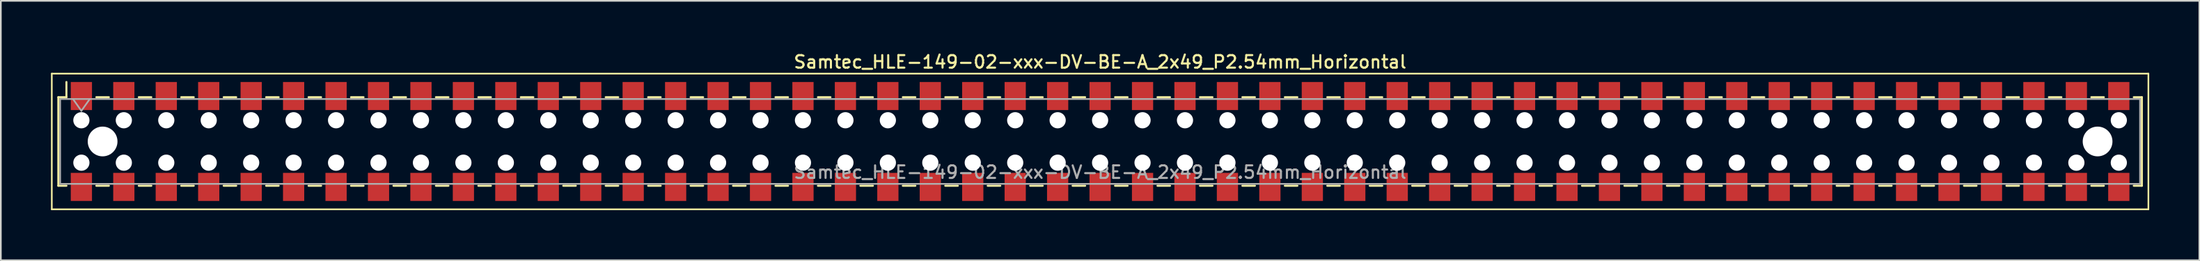
<source format=kicad_pcb>
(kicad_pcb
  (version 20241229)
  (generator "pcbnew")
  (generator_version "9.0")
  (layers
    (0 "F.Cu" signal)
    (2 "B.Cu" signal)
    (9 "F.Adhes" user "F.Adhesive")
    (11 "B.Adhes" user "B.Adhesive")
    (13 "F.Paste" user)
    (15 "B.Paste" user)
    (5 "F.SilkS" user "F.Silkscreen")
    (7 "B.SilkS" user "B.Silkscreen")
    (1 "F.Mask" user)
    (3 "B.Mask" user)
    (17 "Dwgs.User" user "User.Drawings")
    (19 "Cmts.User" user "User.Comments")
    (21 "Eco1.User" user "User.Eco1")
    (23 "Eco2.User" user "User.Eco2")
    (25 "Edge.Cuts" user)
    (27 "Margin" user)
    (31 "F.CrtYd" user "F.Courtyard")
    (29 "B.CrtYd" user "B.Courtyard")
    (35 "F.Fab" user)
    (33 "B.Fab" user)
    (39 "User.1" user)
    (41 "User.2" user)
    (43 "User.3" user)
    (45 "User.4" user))
  (footprint "Samtec_HLE-149-02-xxx-DV-BE-A_2x49_P2.54mm_Horizontal"
    (layer "F.Cu")
    (at 62.78 5.418)
    (property "Reference" "Samtec_HLE-149-02-xxx-DV-BE-A_2x49_P2.54mm_Horizontal" (at 0 -4.76 0) (layer "F.SilkS") (effects (font (size 0.75 0.75) (thickness 0.125))))
    (attr smd)
    (fp_line (start -62.73 -4.06) (end 62.73 -4.06) (stroke (width 0.1) (type solid)) (layer "F.SilkS"))
    (fp_line (start -62.73 4.06) (end -62.73 -4.06) (stroke (width 0.1) (type solid)) (layer "F.SilkS"))
    (fp_line (start -62.34 -2.65) (end -62.34 2.65) (stroke (width 0.12) (type solid)) (layer "F.SilkS"))
    (fp_line (start -62.34 2.65) (end -61.855 2.65) (stroke (width 0.12) (type solid)) (layer "F.SilkS"))
    (fp_line (start -61.855 -3.56) (end -61.855 -2.65) (stroke (width 0.12) (type solid)) (layer "F.SilkS"))
    (fp_line (start -61.855 -2.65) (end -62.34 -2.65) (stroke (width 0.12) (type solid)) (layer "F.SilkS"))
    (fp_line (start -60.065 -2.65) (end -59.315 -2.65) (stroke (width 0.12) (type solid)) (layer "F.SilkS"))
    (fp_line (start -60.065 2.65) (end -59.315 2.65) (stroke (width 0.12) (type solid)) (layer "F.SilkS"))
    (fp_line (start -57.525 -2.65) (end -56.775 -2.65) (stroke (width 0.12) (type solid)) (layer "F.SilkS"))
    (fp_line (start -57.525 2.65) (end -56.775 2.65) (stroke (width 0.12) (type solid)) (layer "F.SilkS"))
    (fp_line (start -54.985 -2.65) (end -54.235 -2.65) (stroke (width 0.12) (type solid)) (layer "F.SilkS"))
    (fp_line (start -54.985 2.65) (end -54.235 2.65) (stroke (width 0.12) (type solid)) (layer "F.SilkS"))
    (fp_line (start -52.445 -2.65) (end -51.695 -2.65) (stroke (width 0.12) (type solid)) (layer "F.SilkS"))
    (fp_line (start -52.445 2.65) (end -51.695 2.65) (stroke (width 0.12) (type solid)) (layer "F.SilkS"))
    (fp_line (start -49.905 -2.65) (end -49.155 -2.65) (stroke (width 0.12) (type solid)) (layer "F.SilkS"))
    (fp_line (start -49.905 2.65) (end -49.155 2.65) (stroke (width 0.12) (type solid)) (layer "F.SilkS"))
    (fp_line (start -47.365 -2.65) (end -46.615 -2.65) (stroke (width 0.12) (type solid)) (layer "F.SilkS"))
    (fp_line (start -47.365 2.65) (end -46.615 2.65) (stroke (width 0.12) (type solid)) (layer "F.SilkS"))
    (fp_line (start -44.825 -2.65) (end -44.075 -2.65) (stroke (width 0.12) (type solid)) (layer "F.SilkS"))
    (fp_line (start -44.825 2.65) (end -44.075 2.65) (stroke (width 0.12) (type solid)) (layer "F.SilkS"))
    (fp_line (start -42.285 -2.65) (end -41.535 -2.65) (stroke (width 0.12) (type solid)) (layer "F.SilkS"))
    (fp_line (start -42.285 2.65) (end -41.535 2.65) (stroke (width 0.12) (type solid)) (layer "F.SilkS"))
    (fp_line (start -39.745 -2.65) (end -38.995 -2.65) (stroke (width 0.12) (type solid)) (layer "F.SilkS"))
    (fp_line (start -39.745 2.65) (end -38.995 2.65) (stroke (width 0.12) (type solid)) (layer "F.SilkS"))
    (fp_line (start -37.205 -2.65) (end -36.455 -2.65) (stroke (width 0.12) (type solid)) (layer "F.SilkS"))
    (fp_line (start -37.205 2.65) (end -36.455 2.65) (stroke (width 0.12) (type solid)) (layer "F.SilkS"))
    (fp_line (start -34.665 -2.65) (end -33.915 -2.65) (stroke (width 0.12) (type solid)) (layer "F.SilkS"))
    (fp_line (start -34.665 2.65) (end -33.915 2.65) (stroke (width 0.12) (type solid)) (layer "F.SilkS"))
    (fp_line (start -32.125 -2.65) (end -31.375 -2.65) (stroke (width 0.12) (type solid)) (layer "F.SilkS"))
    (fp_line (start -32.125 2.65) (end -31.375 2.65) (stroke (width 0.12) (type solid)) (layer "F.SilkS"))
    (fp_line (start -29.585 -2.65) (end -28.835 -2.65) (stroke (width 0.12) (type solid)) (layer "F.SilkS"))
    (fp_line (start -29.585 2.65) (end -28.835 2.65) (stroke (width 0.12) (type solid)) (layer "F.SilkS"))
    (fp_line (start -27.045 -2.65) (end -26.295 -2.65) (stroke (width 0.12) (type solid)) (layer "F.SilkS"))
    (fp_line (start -27.045 2.65) (end -26.295 2.65) (stroke (width 0.12) (type solid)) (layer "F.SilkS"))
    (fp_line (start -24.505 -2.65) (end -23.755 -2.65) (stroke (width 0.12) (type solid)) (layer "F.SilkS"))
    (fp_line (start -24.505 2.65) (end -23.755 2.65) (stroke (width 0.12) (type solid)) (layer "F.SilkS"))
    (fp_line (start -21.965 -2.65) (end -21.215 -2.65) (stroke (width 0.12) (type solid)) (layer "F.SilkS"))
    (fp_line (start -21.965 2.65) (end -21.215 2.65) (stroke (width 0.12) (type solid)) (layer "F.SilkS"))
    (fp_line (start -19.425 -2.65) (end -18.675 -2.65) (stroke (width 0.12) (type solid)) (layer "F.SilkS"))
    (fp_line (start -19.425 2.65) (end -18.675 2.65) (stroke (width 0.12) (type solid)) (layer "F.SilkS"))
    (fp_line (start -16.885 -2.65) (end -16.135 -2.65) (stroke (width 0.12) (type solid)) (layer "F.SilkS"))
    (fp_line (start -16.885 2.65) (end -16.135 2.65) (stroke (width 0.12) (type solid)) (layer "F.SilkS"))
    (fp_line (start -14.345 -2.65) (end -13.595 -2.65) (stroke (width 0.12) (type solid)) (layer "F.SilkS"))
    (fp_line (start -14.345 2.65) (end -13.595 2.65) (stroke (width 0.12) (type solid)) (layer "F.SilkS"))
    (fp_line (start -11.805 -2.65) (end -11.055 -2.65) (stroke (width 0.12) (type solid)) (layer "F.SilkS"))
    (fp_line (start -11.805 2.65) (end -11.055 2.65) (stroke (width 0.12) (type solid)) (layer "F.SilkS"))
    (fp_line (start -9.265 -2.65) (end -8.515 -2.65) (stroke (width 0.12) (type solid)) (layer "F.SilkS"))
    (fp_line (start -9.265 2.65) (end -8.515 2.65) (stroke (width 0.12) (type solid)) (layer "F.SilkS"))
    (fp_line (start -6.725 -2.65) (end -5.975 -2.65) (stroke (width 0.12) (type solid)) (layer "F.SilkS"))
    (fp_line (start -6.725 2.65) (end -5.975 2.65) (stroke (width 0.12) (type solid)) (layer "F.SilkS"))
    (fp_line (start -4.185 -2.65) (end -3.435 -2.65) (stroke (width 0.12) (type solid)) (layer "F.SilkS"))
    (fp_line (start -4.185 2.65) (end -3.435 2.65) (stroke (width 0.12) (type solid)) (layer "F.SilkS"))
    (fp_line (start -1.645 -2.65) (end -0.895 -2.65) (stroke (width 0.12) (type solid)) (layer "F.SilkS"))
    (fp_line (start -1.645 2.65) (end -0.895 2.65) (stroke (width 0.12) (type solid)) (layer "F.SilkS"))
    (fp_line (start 0.895 -2.65) (end 1.645 -2.65) (stroke (width 0.12) (type solid)) (layer "F.SilkS"))
    (fp_line (start 0.895 2.65) (end 1.645 2.65) (stroke (width 0.12) (type solid)) (layer "F.SilkS"))
    (fp_line (start 3.435 -2.65) (end 4.185 -2.65) (stroke (width 0.12) (type solid)) (layer "F.SilkS"))
    (fp_line (start 3.435 2.65) (end 4.185 2.65) (stroke (width 0.12) (type solid)) (layer "F.SilkS"))
    (fp_line (start 5.975 -2.65) (end 6.725 -2.65) (stroke (width 0.12) (type solid)) (layer "F.SilkS"))
    (fp_line (start 5.975 2.65) (end 6.725 2.65) (stroke (width 0.12) (type solid)) (layer "F.SilkS"))
    (fp_line (start 8.515 -2.65) (end 9.265 -2.65) (stroke (width 0.12) (type solid)) (layer "F.SilkS"))
    (fp_line (start 8.515 2.65) (end 9.265 2.65) (stroke (width 0.12) (type solid)) (layer "F.SilkS"))
    (fp_line (start 11.055 -2.65) (end 11.805 -2.65) (stroke (width 0.12) (type solid)) (layer "F.SilkS"))
    (fp_line (start 11.055 2.65) (end 11.805 2.65) (stroke (width 0.12) (type solid)) (layer "F.SilkS"))
    (fp_line (start 13.595 -2.65) (end 14.345 -2.65) (stroke (width 0.12) (type solid)) (layer "F.SilkS"))
    (fp_line (start 13.595 2.65) (end 14.345 2.65) (stroke (width 0.12) (type solid)) (layer "F.SilkS"))
    (fp_line (start 16.135 -2.65) (end 16.885 -2.65) (stroke (width 0.12) (type solid)) (layer "F.SilkS"))
    (fp_line (start 16.135 2.65) (end 16.885 2.65) (stroke (width 0.12) (type solid)) (layer "F.SilkS"))
    (fp_line (start 18.675 -2.65) (end 19.425 -2.65) (stroke (width 0.12) (type solid)) (layer "F.SilkS"))
    (fp_line (start 18.675 2.65) (end 19.425 2.65) (stroke (width 0.12) (type solid)) (layer "F.SilkS"))
    (fp_line (start 21.215 -2.65) (end 21.965 -2.65) (stroke (width 0.12) (type solid)) (layer "F.SilkS"))
    (fp_line (start 21.215 2.65) (end 21.965 2.65) (stroke (width 0.12) (type solid)) (layer "F.SilkS"))
    (fp_line (start 23.755 -2.65) (end 24.505 -2.65) (stroke (width 0.12) (type solid)) (layer "F.SilkS"))
    (fp_line (start 23.755 2.65) (end 24.505 2.65) (stroke (width 0.12) (type solid)) (layer "F.SilkS"))
    (fp_line (start 26.295 -2.65) (end 27.045 -2.65) (stroke (width 0.12) (type solid)) (layer "F.SilkS"))
    (fp_line (start 26.295 2.65) (end 27.045 2.65) (stroke (width 0.12) (type solid)) (layer "F.SilkS"))
    (fp_line (start 28.835 -2.65) (end 29.585 -2.65) (stroke (width 0.12) (type solid)) (layer "F.SilkS"))
    (fp_line (start 28.835 2.65) (end 29.585 2.65) (stroke (width 0.12) (type solid)) (layer "F.SilkS"))
    (fp_line (start 31.375 -2.65) (end 32.125 -2.65) (stroke (width 0.12) (type solid)) (layer "F.SilkS"))
    (fp_line (start 31.375 2.65) (end 32.125 2.65) (stroke (width 0.12) (type solid)) (layer "F.SilkS"))
    (fp_line (start 33.915 -2.65) (end 34.665 -2.65) (stroke (width 0.12) (type solid)) (layer "F.SilkS"))
    (fp_line (start 33.915 2.65) (end 34.665 2.65) (stroke (width 0.12) (type solid)) (layer "F.SilkS"))
    (fp_line (start 36.455 -2.65) (end 37.205 -2.65) (stroke (width 0.12) (type solid)) (layer "F.SilkS"))
    (fp_line (start 36.455 2.65) (end 37.205 2.65) (stroke (width 0.12) (type solid)) (layer "F.SilkS"))
    (fp_line (start 38.995 -2.65) (end 39.745 -2.65) (stroke (width 0.12) (type solid)) (layer "F.SilkS"))
    (fp_line (start 38.995 2.65) (end 39.745 2.65) (stroke (width 0.12) (type solid)) (layer "F.SilkS"))
    (fp_line (start 41.535 -2.65) (end 42.285 -2.65) (stroke (width 0.12) (type solid)) (layer "F.SilkS"))
    (fp_line (start 41.535 2.65) (end 42.285 2.65) (stroke (width 0.12) (type solid)) (layer "F.SilkS"))
    (fp_line (start 44.075 -2.65) (end 44.825 -2.65) (stroke (width 0.12) (type solid)) (layer "F.SilkS"))
    (fp_line (start 44.075 2.65) (end 44.825 2.65) (stroke (width 0.12) (type solid)) (layer "F.SilkS"))
    (fp_line (start 46.615 -2.65) (end 47.365 -2.65) (stroke (width 0.12) (type solid)) (layer "F.SilkS"))
    (fp_line (start 46.615 2.65) (end 47.365 2.65) (stroke (width 0.12) (type solid)) (layer "F.SilkS"))
    (fp_line (start 49.155 -2.65) (end 49.905 -2.65) (stroke (width 0.12) (type solid)) (layer "F.SilkS"))
    (fp_line (start 49.155 2.65) (end 49.905 2.65) (stroke (width 0.12) (type solid)) (layer "F.SilkS"))
    (fp_line (start 51.695 -2.65) (end 52.445 -2.65) (stroke (width 0.12) (type solid)) (layer "F.SilkS"))
    (fp_line (start 51.695 2.65) (end 52.445 2.65) (stroke (width 0.12) (type solid)) (layer "F.SilkS"))
    (fp_line (start 54.235 -2.65) (end 54.985 -2.65) (stroke (width 0.12) (type solid)) (layer "F.SilkS"))
    (fp_line (start 54.235 2.65) (end 54.985 2.65) (stroke (width 0.12) (type solid)) (layer "F.SilkS"))
    (fp_line (start 56.775 -2.65) (end 57.525 -2.65) (stroke (width 0.12) (type solid)) (layer "F.SilkS"))
    (fp_line (start 56.775 2.65) (end 57.525 2.65) (stroke (width 0.12) (type solid)) (layer "F.SilkS"))
    (fp_line (start 59.315 -2.65) (end 60.065 -2.65) (stroke (width 0.12) (type solid)) (layer "F.SilkS"))
    (fp_line (start 59.315 2.65) (end 60.065 2.65) (stroke (width 0.12) (type solid)) (layer "F.SilkS"))
    (fp_line (start 61.855 -2.65) (end 62.34 -2.65) (stroke (width 0.12) (type solid)) (layer "F.SilkS"))
    (fp_line (start 62.34 -2.65) (end 62.34 2.65) (stroke (width 0.12) (type solid)) (layer "F.SilkS"))
    (fp_line (start 62.34 2.65) (end 61.855 2.65) (stroke (width 0.12) (type solid)) (layer "F.SilkS"))
    (fp_line (start 62.73 -4.06) (end 62.73 4.06) (stroke (width 0.1) (type solid)) (layer "F.SilkS"))
    (fp_line (start 62.73 4.06) (end -62.73 4.06) (stroke (width 0.1) (type solid)) (layer "F.SilkS"))
    (fp_line (start -62.23 -2.54) (end 62.23 -2.54) (stroke (width 0.1) (type solid)) (layer "F.Fab"))
    (fp_line (start -62.23 2.54) (end -62.23 -2.54) (stroke (width 0.1) (type solid)) (layer "F.Fab"))
    (fp_line (start -61.46 -2.54) (end -60.96 -1.833) (stroke (width 0.1) (type solid)) (layer "F.Fab"))
    (fp_line (start -60.96 -1.833) (end -60.46 -2.54) (stroke (width 0.1) (type solid)) (layer "F.Fab"))
    (fp_line (start 62.23 -2.54) (end 62.23 2.54) (stroke (width 0.1) (type solid)) (layer "F.Fab"))
    (fp_line (start 62.23 2.54) (end -62.23 2.54) (stroke (width 0.1) (type solid)) (layer "F.Fab"))
    (fp_text user "${REFERENCE}" (at 0 1.84 0) (layer "F.Fab") (effects (font (size 0.75 0.75) (thickness 0.125))))
    (pad "" np_thru_hole circle (at -60.96 -1.27) (size 0.97 0.97) (drill 0.97) (layers "*.Cu" "*.Mask"))
    (pad "" np_thru_hole circle (at -60.96 1.27) (size 0.97 0.97) (drill 0.97) (layers "*.Cu" "*.Mask"))
    (pad "" np_thru_hole circle (at -59.69 0) (size 1.78 1.78) (drill 1.78) (layers "*.Cu" "*.Mask"))
    (pad "" np_thru_hole circle (at -58.42 -1.27) (size 0.97 0.97) (drill 0.97) (layers "*.Cu" "*.Mask"))
    (pad "" np_thru_hole circle (at -58.42 1.27) (size 0.97 0.97) (drill 0.97) (layers "*.Cu" "*.Mask"))
    (pad "" np_thru_hole circle (at -55.88 -1.27) (size 0.97 0.97) (drill 0.97) (layers "*.Cu" "*.Mask"))
    (pad "" np_thru_hole circle (at -55.88 1.27) (size 0.97 0.97) (drill 0.97) (layers "*.Cu" "*.Mask"))
    (pad "" np_thru_hole circle (at -53.34 -1.27) (size 0.97 0.97) (drill 0.97) (layers "*.Cu" "*.Mask"))
    (pad "" np_thru_hole circle (at -53.34 1.27) (size 0.97 0.97) (drill 0.97) (layers "*.Cu" "*.Mask"))
    (pad "" np_thru_hole circle (at -50.8 -1.27) (size 0.97 0.97) (drill 0.97) (layers "*.Cu" "*.Mask"))
    (pad "" np_thru_hole circle (at -50.8 1.27) (size 0.97 0.97) (drill 0.97) (layers "*.Cu" "*.Mask"))
    (pad "" np_thru_hole circle (at -48.26 -1.27) (size 0.97 0.97) (drill 0.97) (layers "*.Cu" "*.Mask"))
    (pad "" np_thru_hole circle (at -48.26 1.27) (size 0.97 0.97) (drill 0.97) (layers "*.Cu" "*.Mask"))
    (pad "" np_thru_hole circle (at -45.72 -1.27) (size 0.97 0.97) (drill 0.97) (layers "*.Cu" "*.Mask"))
    (pad "" np_thru_hole circle (at -45.72 1.27) (size 0.97 0.97) (drill 0.97) (layers "*.Cu" "*.Mask"))
    (pad "" np_thru_hole circle (at -43.18 -1.27) (size 0.97 0.97) (drill 0.97) (layers "*.Cu" "*.Mask"))
    (pad "" np_thru_hole circle (at -43.18 1.27) (size 0.97 0.97) (drill 0.97) (layers "*.Cu" "*.Mask"))
    (pad "" np_thru_hole circle (at -40.64 -1.27) (size 0.97 0.97) (drill 0.97) (layers "*.Cu" "*.Mask"))
    (pad "" np_thru_hole circle (at -40.64 1.27) (size 0.97 0.97) (drill 0.97) (layers "*.Cu" "*.Mask"))
    (pad "" np_thru_hole circle (at -38.1 -1.27) (size 0.97 0.97) (drill 0.97) (layers "*.Cu" "*.Mask"))
    (pad "" np_thru_hole circle (at -38.1 1.27) (size 0.97 0.97) (drill 0.97) (layers "*.Cu" "*.Mask"))
    (pad "" np_thru_hole circle (at -35.56 -1.27) (size 0.97 0.97) (drill 0.97) (layers "*.Cu" "*.Mask"))
    (pad "" np_thru_hole circle (at -35.56 1.27) (size 0.97 0.97) (drill 0.97) (layers "*.Cu" "*.Mask"))
    (pad "" np_thru_hole circle (at -33.02 -1.27) (size 0.97 0.97) (drill 0.97) (layers "*.Cu" "*.Mask"))
    (pad "" np_thru_hole circle (at -33.02 1.27) (size 0.97 0.97) (drill 0.97) (layers "*.Cu" "*.Mask"))
    (pad "" np_thru_hole circle (at -30.48 -1.27) (size 0.97 0.97) (drill 0.97) (layers "*.Cu" "*.Mask"))
    (pad "" np_thru_hole circle (at -30.48 1.27) (size 0.97 0.97) (drill 0.97) (layers "*.Cu" "*.Mask"))
    (pad "" np_thru_hole circle (at -27.94 -1.27) (size 0.97 0.97) (drill 0.97) (layers "*.Cu" "*.Mask"))
    (pad "" np_thru_hole circle (at -27.94 1.27) (size 0.97 0.97) (drill 0.97) (layers "*.Cu" "*.Mask"))
    (pad "" np_thru_hole circle (at -25.4 -1.27) (size 0.97 0.97) (drill 0.97) (layers "*.Cu" "*.Mask"))
    (pad "" np_thru_hole circle (at -25.4 1.27) (size 0.97 0.97) (drill 0.97) (layers "*.Cu" "*.Mask"))
    (pad "" np_thru_hole circle (at -22.86 -1.27) (size 0.97 0.97) (drill 0.97) (layers "*.Cu" "*.Mask"))
    (pad "" np_thru_hole circle (at -22.86 1.27) (size 0.97 0.97) (drill 0.97) (layers "*.Cu" "*.Mask"))
    (pad "" np_thru_hole circle (at -20.32 -1.27) (size 0.97 0.97) (drill 0.97) (layers "*.Cu" "*.Mask"))
    (pad "" np_thru_hole circle (at -20.32 1.27) (size 0.97 0.97) (drill 0.97) (layers "*.Cu" "*.Mask"))
    (pad "" np_thru_hole circle (at -17.78 -1.27) (size 0.97 0.97) (drill 0.97) (layers "*.Cu" "*.Mask"))
    (pad "" np_thru_hole circle (at -17.78 1.27) (size 0.97 0.97) (drill 0.97) (layers "*.Cu" "*.Mask"))
    (pad "" np_thru_hole circle (at -15.24 -1.27) (size 0.97 0.97) (drill 0.97) (layers "*.Cu" "*.Mask"))
    (pad "" np_thru_hole circle (at -15.24 1.27) (size 0.97 0.97) (drill 0.97) (layers "*.Cu" "*.Mask"))
    (pad "" np_thru_hole circle (at -12.7 -1.27) (size 0.97 0.97) (drill 0.97) (layers "*.Cu" "*.Mask"))
    (pad "" np_thru_hole circle (at -12.7 1.27) (size 0.97 0.97) (drill 0.97) (layers "*.Cu" "*.Mask"))
    (pad "" np_thru_hole circle (at -10.16 -1.27) (size 0.97 0.97) (drill 0.97) (layers "*.Cu" "*.Mask"))
    (pad "" np_thru_hole circle (at -10.16 1.27) (size 0.97 0.97) (drill 0.97) (layers "*.Cu" "*.Mask"))
    (pad "" np_thru_hole circle (at -7.62 -1.27) (size 0.97 0.97) (drill 0.97) (layers "*.Cu" "*.Mask"))
    (pad "" np_thru_hole circle (at -7.62 1.27) (size 0.97 0.97) (drill 0.97) (layers "*.Cu" "*.Mask"))
    (pad "" np_thru_hole circle (at -5.08 -1.27) (size 0.97 0.97) (drill 0.97) (layers "*.Cu" "*.Mask"))
    (pad "" np_thru_hole circle (at -5.08 1.27) (size 0.97 0.97) (drill 0.97) (layers "*.Cu" "*.Mask"))
    (pad "" np_thru_hole circle (at -2.54 -1.27) (size 0.97 0.97) (drill 0.97) (layers "*.Cu" "*.Mask"))
    (pad "" np_thru_hole circle (at -2.54 1.27) (size 0.97 0.97) (drill 0.97) (layers "*.Cu" "*.Mask"))
    (pad "" np_thru_hole circle (at 0 -1.27) (size 0.97 0.97) (drill 0.97) (layers "*.Cu" "*.Mask"))
    (pad "" np_thru_hole circle (at 0 1.27) (size 0.97 0.97) (drill 0.97) (layers "*.Cu" "*.Mask"))
    (pad "" np_thru_hole circle (at 2.54 -1.27) (size 0.97 0.97) (drill 0.97) (layers "*.Cu" "*.Mask"))
    (pad "" np_thru_hole circle (at 2.54 1.27) (size 0.97 0.97) (drill 0.97) (layers "*.Cu" "*.Mask"))
    (pad "" np_thru_hole circle (at 5.08 -1.27) (size 0.97 0.97) (drill 0.97) (layers "*.Cu" "*.Mask"))
    (pad "" np_thru_hole circle (at 5.08 1.27) (size 0.97 0.97) (drill 0.97) (layers "*.Cu" "*.Mask"))
    (pad "" np_thru_hole circle (at 7.62 -1.27) (size 0.97 0.97) (drill 0.97) (layers "*.Cu" "*.Mask"))
    (pad "" np_thru_hole circle (at 7.62 1.27) (size 0.97 0.97) (drill 0.97) (layers "*.Cu" "*.Mask"))
    (pad "" np_thru_hole circle (at 10.16 -1.27) (size 0.97 0.97) (drill 0.97) (layers "*.Cu" "*.Mask"))
    (pad "" np_thru_hole circle (at 10.16 1.27) (size 0.97 0.97) (drill 0.97) (layers "*.Cu" "*.Mask"))
    (pad "" np_thru_hole circle (at 12.7 -1.27) (size 0.97 0.97) (drill 0.97) (layers "*.Cu" "*.Mask"))
    (pad "" np_thru_hole circle (at 12.7 1.27) (size 0.97 0.97) (drill 0.97) (layers "*.Cu" "*.Mask"))
    (pad "" np_thru_hole circle (at 15.24 -1.27) (size 0.97 0.97) (drill 0.97) (layers "*.Cu" "*.Mask"))
    (pad "" np_thru_hole circle (at 15.24 1.27) (size 0.97 0.97) (drill 0.97) (layers "*.Cu" "*.Mask"))
    (pad "" np_thru_hole circle (at 17.78 -1.27) (size 0.97 0.97) (drill 0.97) (layers "*.Cu" "*.Mask"))
    (pad "" np_thru_hole circle (at 17.78 1.27) (size 0.97 0.97) (drill 0.97) (layers "*.Cu" "*.Mask"))
    (pad "" np_thru_hole circle (at 20.32 -1.27) (size 0.97 0.97) (drill 0.97) (layers "*.Cu" "*.Mask"))
    (pad "" np_thru_hole circle (at 20.32 1.27) (size 0.97 0.97) (drill 0.97) (layers "*.Cu" "*.Mask"))
    (pad "" np_thru_hole circle (at 22.86 -1.27) (size 0.97 0.97) (drill 0.97) (layers "*.Cu" "*.Mask"))
    (pad "" np_thru_hole circle (at 22.86 1.27) (size 0.97 0.97) (drill 0.97) (layers "*.Cu" "*.Mask"))
    (pad "" np_thru_hole circle (at 25.4 -1.27) (size 0.97 0.97) (drill 0.97) (layers "*.Cu" "*.Mask"))
    (pad "" np_thru_hole circle (at 25.4 1.27) (size 0.97 0.97) (drill 0.97) (layers "*.Cu" "*.Mask"))
    (pad "" np_thru_hole circle (at 27.94 -1.27) (size 0.97 0.97) (drill 0.97) (layers "*.Cu" "*.Mask"))
    (pad "" np_thru_hole circle (at 27.94 1.27) (size 0.97 0.97) (drill 0.97) (layers "*.Cu" "*.Mask"))
    (pad "" np_thru_hole circle (at 30.48 -1.27) (size 0.97 0.97) (drill 0.97) (layers "*.Cu" "*.Mask"))
    (pad "" np_thru_hole circle (at 30.48 1.27) (size 0.97 0.97) (drill 0.97) (layers "*.Cu" "*.Mask"))
    (pad "" np_thru_hole circle (at 33.02 -1.27) (size 0.97 0.97) (drill 0.97) (layers "*.Cu" "*.Mask"))
    (pad "" np_thru_hole circle (at 33.02 1.27) (size 0.97 0.97) (drill 0.97) (layers "*.Cu" "*.Mask"))
    (pad "" np_thru_hole circle (at 35.56 -1.27) (size 0.97 0.97) (drill 0.97) (layers "*.Cu" "*.Mask"))
    (pad "" np_thru_hole circle (at 35.56 1.27) (size 0.97 0.97) (drill 0.97) (layers "*.Cu" "*.Mask"))
    (pad "" np_thru_hole circle (at 38.1 -1.27) (size 0.97 0.97) (drill 0.97) (layers "*.Cu" "*.Mask"))
    (pad "" np_thru_hole circle (at 38.1 1.27) (size 0.97 0.97) (drill 0.97) (layers "*.Cu" "*.Mask"))
    (pad "" np_thru_hole circle (at 40.64 -1.27) (size 0.97 0.97) (drill 0.97) (layers "*.Cu" "*.Mask"))
    (pad "" np_thru_hole circle (at 40.64 1.27) (size 0.97 0.97) (drill 0.97) (layers "*.Cu" "*.Mask"))
    (pad "" np_thru_hole circle (at 43.18 -1.27) (size 0.97 0.97) (drill 0.97) (layers "*.Cu" "*.Mask"))
    (pad "" np_thru_hole circle (at 43.18 1.27) (size 0.97 0.97) (drill 0.97) (layers "*.Cu" "*.Mask"))
    (pad "" np_thru_hole circle (at 45.72 -1.27) (size 0.97 0.97) (drill 0.97) (layers "*.Cu" "*.Mask"))
    (pad "" np_thru_hole circle (at 45.72 1.27) (size 0.97 0.97) (drill 0.97) (layers "*.Cu" "*.Mask"))
    (pad "" np_thru_hole circle (at 48.26 -1.27) (size 0.97 0.97) (drill 0.97) (layers "*.Cu" "*.Mask"))
    (pad "" np_thru_hole circle (at 48.26 1.27) (size 0.97 0.97) (drill 0.97) (layers "*.Cu" "*.Mask"))
    (pad "" np_thru_hole circle (at 50.8 -1.27) (size 0.97 0.97) (drill 0.97) (layers "*.Cu" "*.Mask"))
    (pad "" np_thru_hole circle (at 50.8 1.27) (size 0.97 0.97) (drill 0.97) (layers "*.Cu" "*.Mask"))
    (pad "" np_thru_hole circle (at 53.34 -1.27) (size 0.97 0.97) (drill 0.97) (layers "*.Cu" "*.Mask"))
    (pad "" np_thru_hole circle (at 53.34 1.27) (size 0.97 0.97) (drill 0.97) (layers "*.Cu" "*.Mask"))
    (pad "" np_thru_hole circle (at 55.88 -1.27) (size 0.97 0.97) (drill 0.97) (layers "*.Cu" "*.Mask"))
    (pad "" np_thru_hole circle (at 55.88 1.27) (size 0.97 0.97) (drill 0.97) (layers "*.Cu" "*.Mask"))
    (pad "" np_thru_hole circle (at 58.42 -1.27) (size 0.97 0.97) (drill 0.97) (layers "*.Cu" "*.Mask"))
    (pad "" np_thru_hole circle (at 58.42 1.27) (size 0.97 0.97) (drill 0.97) (layers "*.Cu" "*.Mask"))
    (pad "" np_thru_hole circle (at 59.69 0) (size 1.78 1.78) (drill 1.78) (layers "*.Cu" "*.Mask"))
    (pad "" np_thru_hole circle (at 60.96 -1.27) (size 0.97 0.97) (drill 0.97) (layers "*.Cu" "*.Mask"))
    (pad "" np_thru_hole circle (at 60.96 1.27) (size 0.97 0.97) (drill 0.97) (layers "*.Cu" "*.Mask"))
    (pad "1" smd rect (at -60.96 -2.72) (size 1.27 1.68) (layers "F.Cu" "F.Mask" "F.Paste"))
    (pad "2" smd rect (at -60.96 2.72) (size 1.27 1.68) (layers "F.Cu" "F.Mask" "F.Paste"))
    (pad "3" smd rect (at -58.42 -2.72) (size 1.27 1.68) (layers "F.Cu" "F.Mask" "F.Paste"))
    (pad "4" smd rect (at -58.42 2.72) (size 1.27 1.68) (layers "F.Cu" "F.Mask" "F.Paste"))
    (pad "5" smd rect (at -55.88 -2.72) (size 1.27 1.68) (layers "F.Cu" "F.Mask" "F.Paste"))
    (pad "6" smd rect (at -55.88 2.72) (size 1.27 1.68) (layers "F.Cu" "F.Mask" "F.Paste"))
    (pad "7" smd rect (at -53.34 -2.72) (size 1.27 1.68) (layers "F.Cu" "F.Mask" "F.Paste"))
    (pad "8" smd rect (at -53.34 2.72) (size 1.27 1.68) (layers "F.Cu" "F.Mask" "F.Paste"))
    (pad "9" smd rect (at -50.8 -2.72) (size 1.27 1.68) (layers "F.Cu" "F.Mask" "F.Paste"))
    (pad "10" smd rect (at -50.8 2.72) (size 1.27 1.68) (layers "F.Cu" "F.Mask" "F.Paste"))
    (pad "11" smd rect (at -48.26 -2.72) (size 1.27 1.68) (layers "F.Cu" "F.Mask" "F.Paste"))
    (pad "12" smd rect (at -48.26 2.72) (size 1.27 1.68) (layers "F.Cu" "F.Mask" "F.Paste"))
    (pad "13" smd rect (at -45.72 -2.72) (size 1.27 1.68) (layers "F.Cu" "F.Mask" "F.Paste"))
    (pad "14" smd rect (at -45.72 2.72) (size 1.27 1.68) (layers "F.Cu" "F.Mask" "F.Paste"))
    (pad "15" smd rect (at -43.18 -2.72) (size 1.27 1.68) (layers "F.Cu" "F.Mask" "F.Paste"))
    (pad "16" smd rect (at -43.18 2.72) (size 1.27 1.68) (layers "F.Cu" "F.Mask" "F.Paste"))
    (pad "17" smd rect (at -40.64 -2.72) (size 1.27 1.68) (layers "F.Cu" "F.Mask" "F.Paste"))
    (pad "18" smd rect (at -40.64 2.72) (size 1.27 1.68) (layers "F.Cu" "F.Mask" "F.Paste"))
    (pad "19" smd rect (at -38.1 -2.72) (size 1.27 1.68) (layers "F.Cu" "F.Mask" "F.Paste"))
    (pad "20" smd rect (at -38.1 2.72) (size 1.27 1.68) (layers "F.Cu" "F.Mask" "F.Paste"))
    (pad "21" smd rect (at -35.56 -2.72) (size 1.27 1.68) (layers "F.Cu" "F.Mask" "F.Paste"))
    (pad "22" smd rect (at -35.56 2.72) (size 1.27 1.68) (layers "F.Cu" "F.Mask" "F.Paste"))
    (pad "23" smd rect (at -33.02 -2.72) (size 1.27 1.68) (layers "F.Cu" "F.Mask" "F.Paste"))
    (pad "24" smd rect (at -33.02 2.72) (size 1.27 1.68) (layers "F.Cu" "F.Mask" "F.Paste"))
    (pad "25" smd rect (at -30.48 -2.72) (size 1.27 1.68) (layers "F.Cu" "F.Mask" "F.Paste"))
    (pad "26" smd rect (at -30.48 2.72) (size 1.27 1.68) (layers "F.Cu" "F.Mask" "F.Paste"))
    (pad "27" smd rect (at -27.94 -2.72) (size 1.27 1.68) (layers "F.Cu" "F.Mask" "F.Paste"))
    (pad "28" smd rect (at -27.94 2.72) (size 1.27 1.68) (layers "F.Cu" "F.Mask" "F.Paste"))
    (pad "29" smd rect (at -25.4 -2.72) (size 1.27 1.68) (layers "F.Cu" "F.Mask" "F.Paste"))
    (pad "30" smd rect (at -25.4 2.72) (size 1.27 1.68) (layers "F.Cu" "F.Mask" "F.Paste"))
    (pad "31" smd rect (at -22.86 -2.72) (size 1.27 1.68) (layers "F.Cu" "F.Mask" "F.Paste"))
    (pad "32" smd rect (at -22.86 2.72) (size 1.27 1.68) (layers "F.Cu" "F.Mask" "F.Paste"))
    (pad "33" smd rect (at -20.32 -2.72) (size 1.27 1.68) (layers "F.Cu" "F.Mask" "F.Paste"))
    (pad "34" smd rect (at -20.32 2.72) (size 1.27 1.68) (layers "F.Cu" "F.Mask" "F.Paste"))
    (pad "35" smd rect (at -17.78 -2.72) (size 1.27 1.68) (layers "F.Cu" "F.Mask" "F.Paste"))
    (pad "36" smd rect (at -17.78 2.72) (size 1.27 1.68) (layers "F.Cu" "F.Mask" "F.Paste"))
    (pad "37" smd rect (at -15.24 -2.72) (size 1.27 1.68) (layers "F.Cu" "F.Mask" "F.Paste"))
    (pad "38" smd rect (at -15.24 2.72) (size 1.27 1.68) (layers "F.Cu" "F.Mask" "F.Paste"))
    (pad "39" smd rect (at -12.7 -2.72) (size 1.27 1.68) (layers "F.Cu" "F.Mask" "F.Paste"))
    (pad "40" smd rect (at -12.7 2.72) (size 1.27 1.68) (layers "F.Cu" "F.Mask" "F.Paste"))
    (pad "41" smd rect (at -10.16 -2.72) (size 1.27 1.68) (layers "F.Cu" "F.Mask" "F.Paste"))
    (pad "42" smd rect (at -10.16 2.72) (size 1.27 1.68) (layers "F.Cu" "F.Mask" "F.Paste"))
    (pad "43" smd rect (at -7.62 -2.72) (size 1.27 1.68) (layers "F.Cu" "F.Mask" "F.Paste"))
    (pad "44" smd rect (at -7.62 2.72) (size 1.27 1.68) (layers "F.Cu" "F.Mask" "F.Paste"))
    (pad "45" smd rect (at -5.08 -2.72) (size 1.27 1.68) (layers "F.Cu" "F.Mask" "F.Paste"))
    (pad "46" smd rect (at -5.08 2.72) (size 1.27 1.68) (layers "F.Cu" "F.Mask" "F.Paste"))
    (pad "47" smd rect (at -2.54 -2.72) (size 1.27 1.68) (layers "F.Cu" "F.Mask" "F.Paste"))
    (pad "48" smd rect (at -2.54 2.72) (size 1.27 1.68) (layers "F.Cu" "F.Mask" "F.Paste"))
    (pad "49" smd rect (at 0 -2.72) (size 1.27 1.68) (layers "F.Cu" "F.Mask" "F.Paste"))
    (pad "50" smd rect (at 0 2.72) (size 1.27 1.68) (layers "F.Cu" "F.Mask" "F.Paste"))
    (pad "51" smd rect (at 2.54 -2.72) (size 1.27 1.68) (layers "F.Cu" "F.Mask" "F.Paste"))
    (pad "52" smd rect (at 2.54 2.72) (size 1.27 1.68) (layers "F.Cu" "F.Mask" "F.Paste"))
    (pad "53" smd rect (at 5.08 -2.72) (size 1.27 1.68) (layers "F.Cu" "F.Mask" "F.Paste"))
    (pad "54" smd rect (at 5.08 2.72) (size 1.27 1.68) (layers "F.Cu" "F.Mask" "F.Paste"))
    (pad "55" smd rect (at 7.62 -2.72) (size 1.27 1.68) (layers "F.Cu" "F.Mask" "F.Paste"))
    (pad "56" smd rect (at 7.62 2.72) (size 1.27 1.68) (layers "F.Cu" "F.Mask" "F.Paste"))
    (pad "57" smd rect (at 10.16 -2.72) (size 1.27 1.68) (layers "F.Cu" "F.Mask" "F.Paste"))
    (pad "58" smd rect (at 10.16 2.72) (size 1.27 1.68) (layers "F.Cu" "F.Mask" "F.Paste"))
    (pad "59" smd rect (at 12.7 -2.72) (size 1.27 1.68) (layers "F.Cu" "F.Mask" "F.Paste"))
    (pad "60" smd rect (at 12.7 2.72) (size 1.27 1.68) (layers "F.Cu" "F.Mask" "F.Paste"))
    (pad "61" smd rect (at 15.24 -2.72) (size 1.27 1.68) (layers "F.Cu" "F.Mask" "F.Paste"))
    (pad "62" smd rect (at 15.24 2.72) (size 1.27 1.68) (layers "F.Cu" "F.Mask" "F.Paste"))
    (pad "63" smd rect (at 17.78 -2.72) (size 1.27 1.68) (layers "F.Cu" "F.Mask" "F.Paste"))
    (pad "64" smd rect (at 17.78 2.72) (size 1.27 1.68) (layers "F.Cu" "F.Mask" "F.Paste"))
    (pad "65" smd rect (at 20.32 -2.72) (size 1.27 1.68) (layers "F.Cu" "F.Mask" "F.Paste"))
    (pad "66" smd rect (at 20.32 2.72) (size 1.27 1.68) (layers "F.Cu" "F.Mask" "F.Paste"))
    (pad "67" smd rect (at 22.86 -2.72) (size 1.27 1.68) (layers "F.Cu" "F.Mask" "F.Paste"))
    (pad "68" smd rect (at 22.86 2.72) (size 1.27 1.68) (layers "F.Cu" "F.Mask" "F.Paste"))
    (pad "69" smd rect (at 25.4 -2.72) (size 1.27 1.68) (layers "F.Cu" "F.Mask" "F.Paste"))
    (pad "70" smd rect (at 25.4 2.72) (size 1.27 1.68) (layers "F.Cu" "F.Mask" "F.Paste"))
    (pad "71" smd rect (at 27.94 -2.72) (size 1.27 1.68) (layers "F.Cu" "F.Mask" "F.Paste"))
    (pad "72" smd rect (at 27.94 2.72) (size 1.27 1.68) (layers "F.Cu" "F.Mask" "F.Paste"))
    (pad "73" smd rect (at 30.48 -2.72) (size 1.27 1.68) (layers "F.Cu" "F.Mask" "F.Paste"))
    (pad "74" smd rect (at 30.48 2.72) (size 1.27 1.68) (layers "F.Cu" "F.Mask" "F.Paste"))
    (pad "75" smd rect (at 33.02 -2.72) (size 1.27 1.68) (layers "F.Cu" "F.Mask" "F.Paste"))
    (pad "76" smd rect (at 33.02 2.72) (size 1.27 1.68) (layers "F.Cu" "F.Mask" "F.Paste"))
    (pad "77" smd rect (at 35.56 -2.72) (size 1.27 1.68) (layers "F.Cu" "F.Mask" "F.Paste"))
    (pad "78" smd rect (at 35.56 2.72) (size 1.27 1.68) (layers "F.Cu" "F.Mask" "F.Paste"))
    (pad "79" smd rect (at 38.1 -2.72) (size 1.27 1.68) (layers "F.Cu" "F.Mask" "F.Paste"))
    (pad "80" smd rect (at 38.1 2.72) (size 1.27 1.68) (layers "F.Cu" "F.Mask" "F.Paste"))
    (pad "81" smd rect (at 40.64 -2.72) (size 1.27 1.68) (layers "F.Cu" "F.Mask" "F.Paste"))
    (pad "82" smd rect (at 40.64 2.72) (size 1.27 1.68) (layers "F.Cu" "F.Mask" "F.Paste"))
    (pad "83" smd rect (at 43.18 -2.72) (size 1.27 1.68) (layers "F.Cu" "F.Mask" "F.Paste"))
    (pad "84" smd rect (at 43.18 2.72) (size 1.27 1.68) (layers "F.Cu" "F.Mask" "F.Paste"))
    (pad "85" smd rect (at 45.72 -2.72) (size 1.27 1.68) (layers "F.Cu" "F.Mask" "F.Paste"))
    (pad "86" smd rect (at 45.72 2.72) (size 1.27 1.68) (layers "F.Cu" "F.Mask" "F.Paste"))
    (pad "87" smd rect (at 48.26 -2.72) (size 1.27 1.68) (layers "F.Cu" "F.Mask" "F.Paste"))
    (pad "88" smd rect (at 48.26 2.72) (size 1.27 1.68) (layers "F.Cu" "F.Mask" "F.Paste"))
    (pad "89" smd rect (at 50.8 -2.72) (size 1.27 1.68) (layers "F.Cu" "F.Mask" "F.Paste"))
    (pad "90" smd rect (at 50.8 2.72) (size 1.27 1.68) (layers "F.Cu" "F.Mask" "F.Paste"))
    (pad "91" smd rect (at 53.34 -2.72) (size 1.27 1.68) (layers "F.Cu" "F.Mask" "F.Paste"))
    (pad "92" smd rect (at 53.34 2.72) (size 1.27 1.68) (layers "F.Cu" "F.Mask" "F.Paste"))
    (pad "93" smd rect (at 55.88 -2.72) (size 1.27 1.68) (layers "F.Cu" "F.Mask" "F.Paste"))
    (pad "94" smd rect (at 55.88 2.72) (size 1.27 1.68) (layers "F.Cu" "F.Mask" "F.Paste"))
    (pad "95" smd rect (at 58.42 -2.72) (size 1.27 1.68) (layers "F.Cu" "F.Mask" "F.Paste"))
    (pad "96" smd rect (at 58.42 2.72) (size 1.27 1.68) (layers "F.Cu" "F.Mask" "F.Paste"))
    (pad "97" smd rect (at 60.96 -2.72) (size 1.27 1.68) (layers "F.Cu" "F.Mask" "F.Paste"))
    (pad "98" smd rect (at 60.96 2.72) (size 1.27 1.68) (layers "F.Cu" "F.Mask" "F.Paste")))
  (gr_rect
    (start -3 -3)
    (end 128.56 12.528)
    (stroke (width 0.1) (type default))
    (fill no)
    (layer "Edge.Cuts")))
</source>
